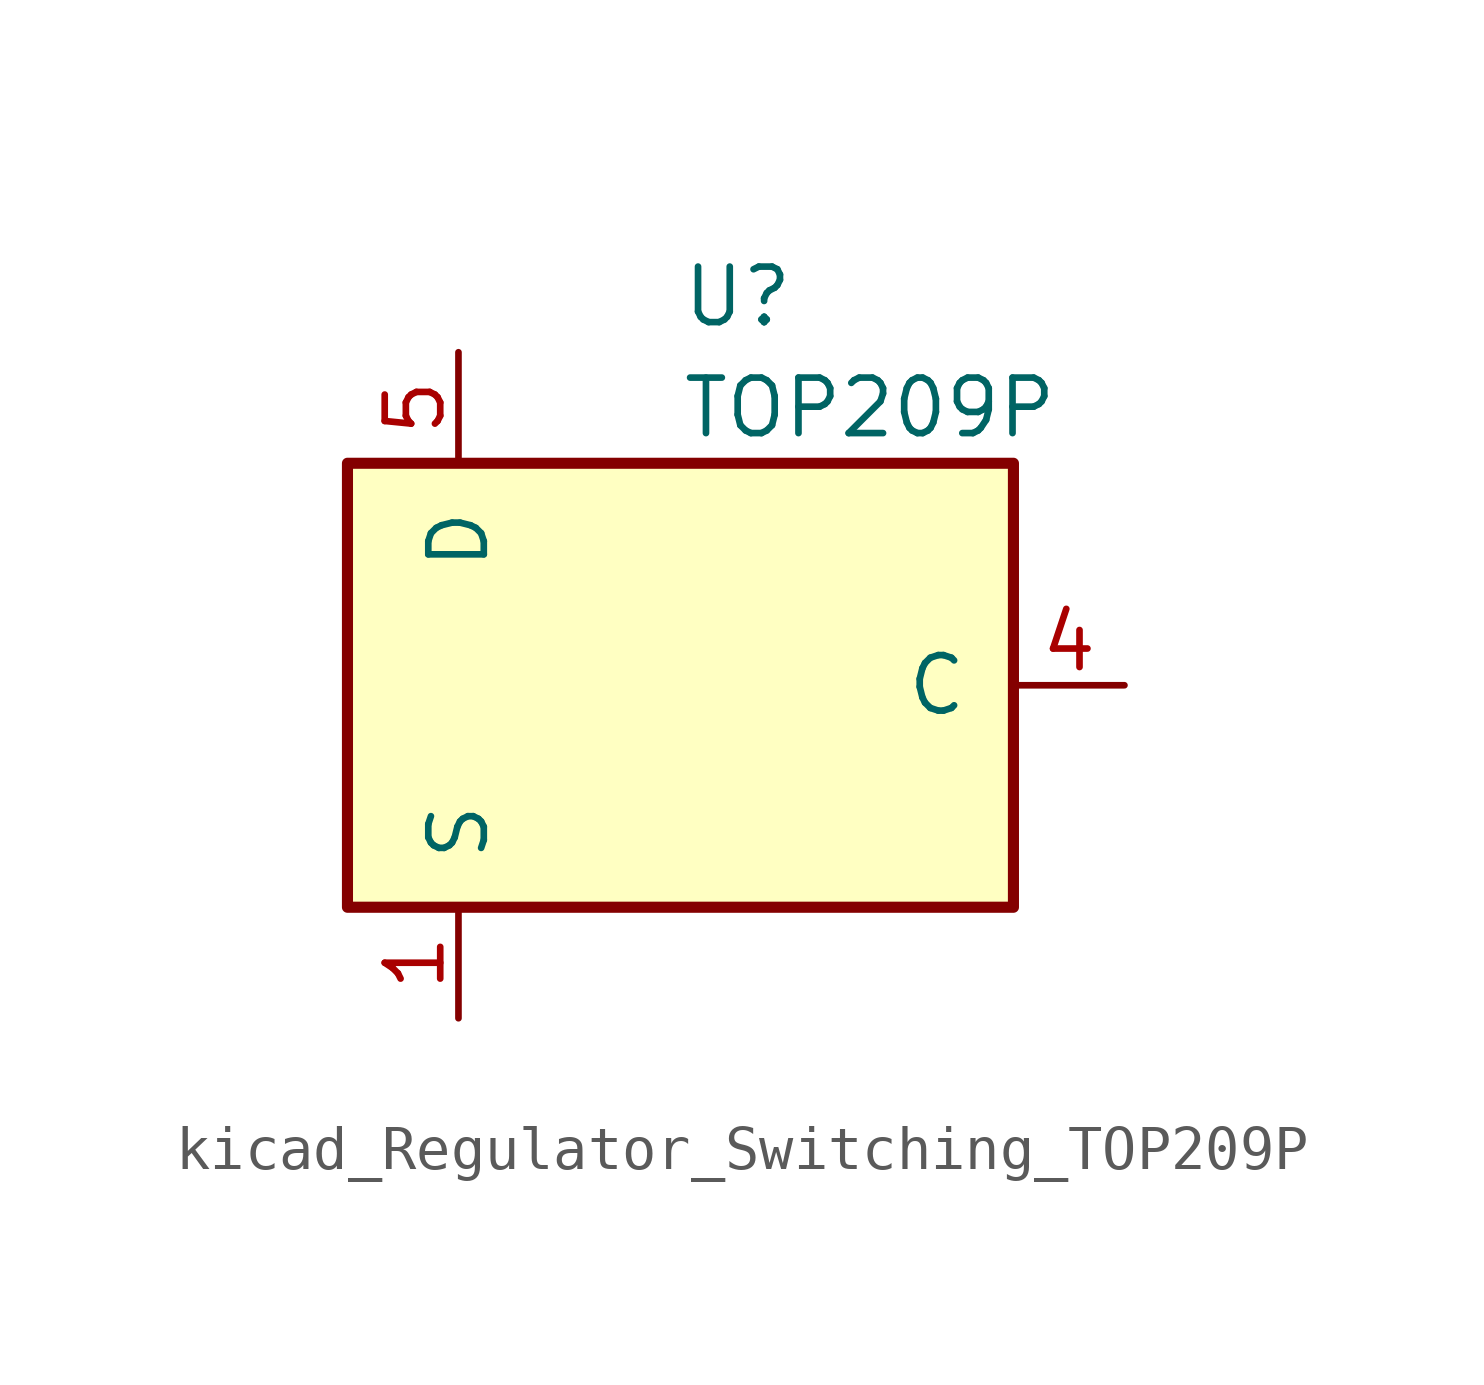
<source format=kicad_sym>
(kicad_symbol_lib
  (version 20220914)
  (generator kicad_symbol_editor)
  (symbol "kicad_Regulator_Switching_TOP209P"
    (pin_names
      (offset 1.016))
    (property "Reference" "U"
      (at 0 8.89 0)
      (effects (font (size 1.27 1.27)) (justify left)))
    (property "Value" "TOP209P"
      (at 0 6.35 0)
      (effects (font (size 1.27 1.27)) (justify left)))
    (symbol "kicad_Regulator_Switching_TOP209P_0_1"
      (rectangle (start -7.62 5.08) (end 7.62 -5.08) (stroke (width 0.254) (type default)) (fill (type background))))
    (symbol "kicad_Regulator_Switching_TOP209P_1_1"
      (pin power_in line (at -5.08 -7.62 90) (length 2.54) (name "S" (effects (font (size 1.27 1.27)))) (number "1" (effects (font (size 1.27 1.27)))))
      (pin no_connect line (at -2.54 -5.08 90) (length 2.54) hide (name "NC" (effects (font (size 1.27 1.27)))) (number "2" (effects (font (size 1.27 1.27)))))
      (pin no_connect line (at 0 -5.08 90) (length 2.54) hide (name "NC" (effects (font (size 1.27 1.27)))) (number "3" (effects (font (size 1.27 1.27)))))
      (pin input line (at 10.16 0 180) (length 2.54) (name "C" (effects (font (size 1.27 1.27)))) (number "4" (effects (font (size 1.27 1.27)))))
      (pin open_collector line (at -5.08 7.62 270) (length 2.54) (name "D" (effects (font (size 1.27 1.27)))) (number "5" (effects (font (size 1.27 1.27)))))
      (pin no_connect line (at 2.54 -5.08 90) (length 2.54) hide (name "NC" (effects (font (size 1.27 1.27)))) (number "6" (effects (font (size 1.27 1.27)))))
      (pin no_connect line (at 5.08 -5.08 90) (length 2.54) hide (name "NC" (effects (font (size 1.27 1.27)))) (number "7" (effects (font (size 1.27 1.27)))))
      (pin passive line (at -5.08 -7.62 90) (length 2.54) hide (name "S" (effects (font (size 1.27 1.27)))) (number "8" (effects (font (size 1.27 1.27))))))))
</source>
